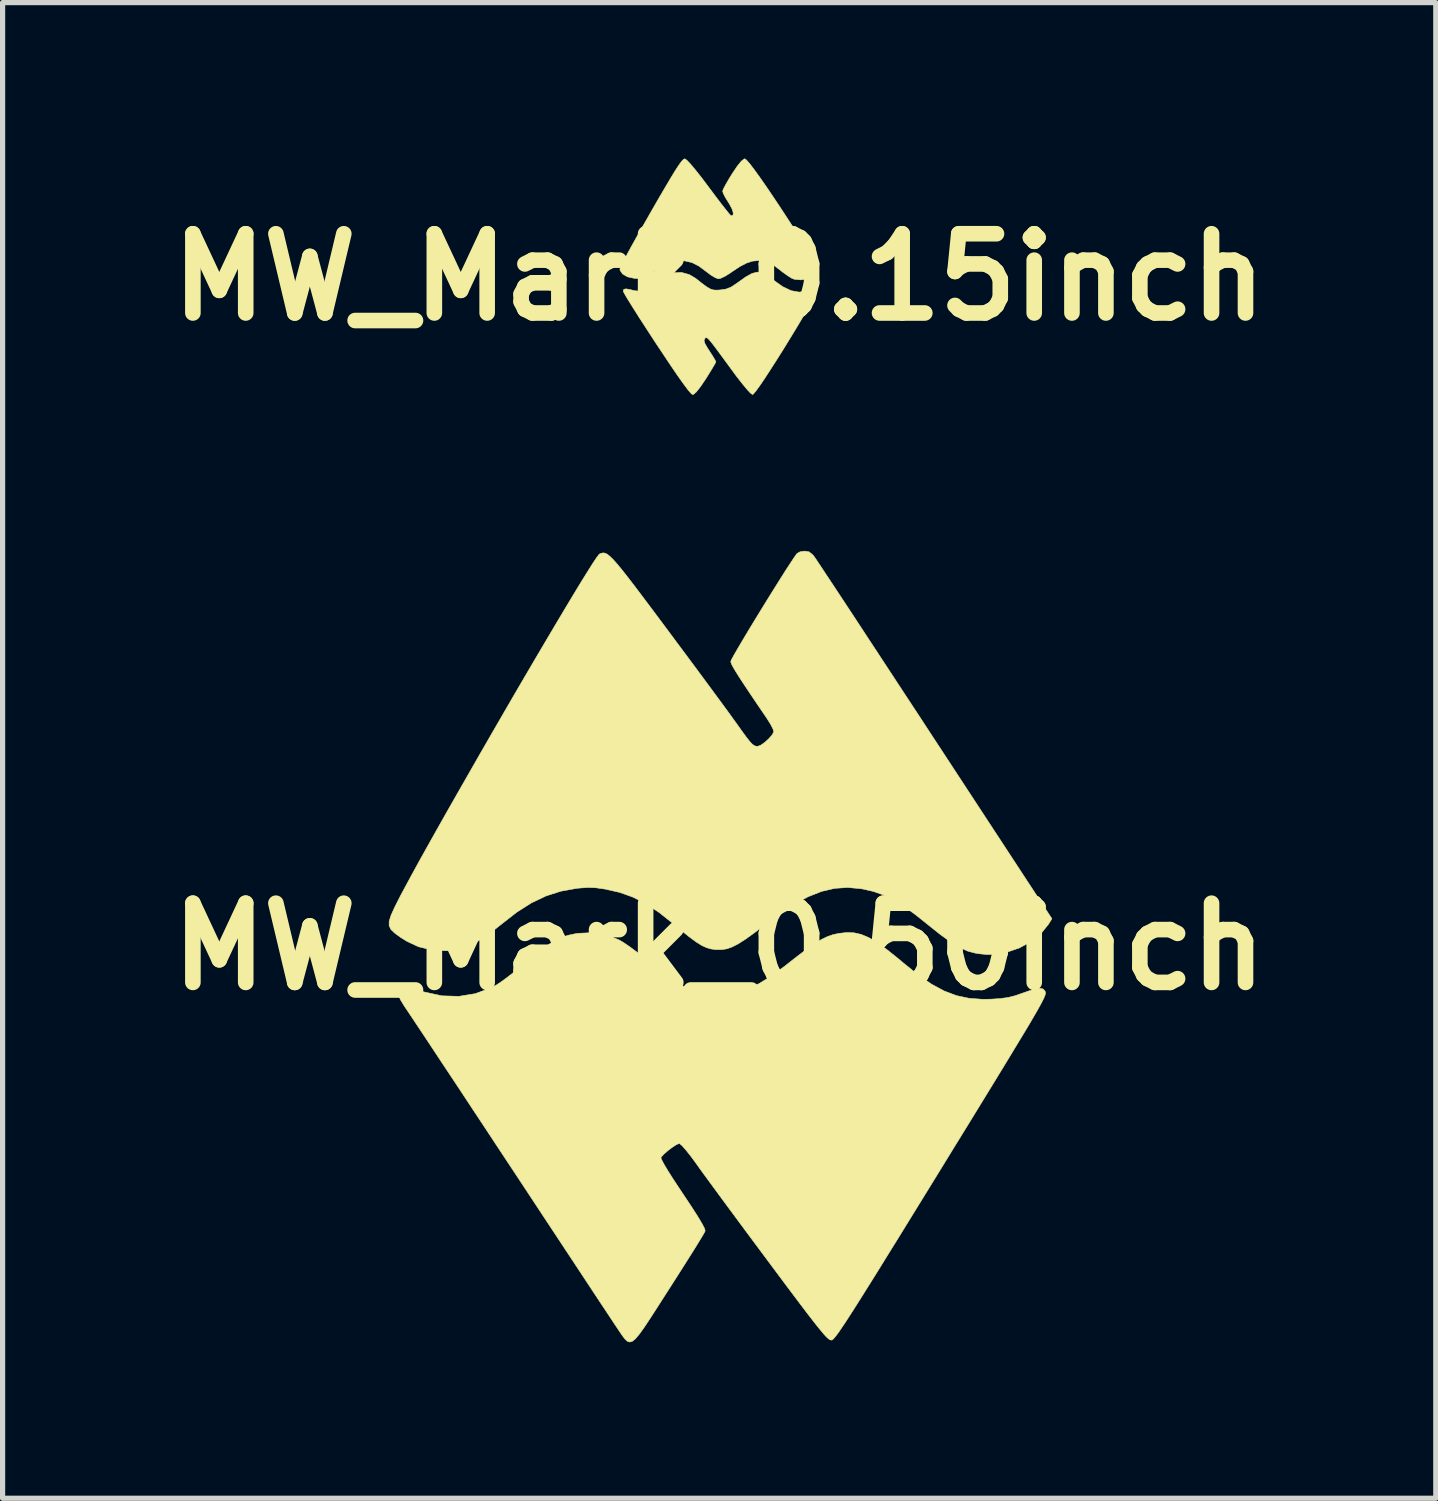
<source format=kicad_pcb>
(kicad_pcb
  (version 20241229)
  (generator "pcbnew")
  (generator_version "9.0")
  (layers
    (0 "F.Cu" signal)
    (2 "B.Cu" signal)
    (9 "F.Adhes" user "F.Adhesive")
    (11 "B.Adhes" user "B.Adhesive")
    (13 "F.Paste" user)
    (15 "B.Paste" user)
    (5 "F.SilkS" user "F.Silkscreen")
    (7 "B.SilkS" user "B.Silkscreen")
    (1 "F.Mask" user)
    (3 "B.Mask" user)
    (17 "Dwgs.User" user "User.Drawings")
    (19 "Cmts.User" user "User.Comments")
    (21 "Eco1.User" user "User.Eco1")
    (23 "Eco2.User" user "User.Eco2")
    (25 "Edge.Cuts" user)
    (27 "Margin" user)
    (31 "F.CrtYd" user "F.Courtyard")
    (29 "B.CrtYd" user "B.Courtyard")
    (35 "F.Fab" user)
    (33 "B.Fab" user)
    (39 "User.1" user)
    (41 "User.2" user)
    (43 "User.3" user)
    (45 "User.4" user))
  (footprint "MW_Mark_0.15inch"
    (layer "F.Cu")
    (at 10.784 2.281)
    (property "Reference" "MW_Mark_0.15inch" (at 0 0 0) (layer "F.SilkS") (effects (font (size 1.524 1.524) (thickness 0.3))))
    (attr through_hole)
    (fp_poly (pts (xy 0.832 -0.082) (xy 0.935 -0.026) (xy 1.036 0.051) (xy 1.219 0.182) (xy 1.383 0.26) (xy 1.538 0.288) (xy 1.696 0.267) (xy 1.748 0.251) (xy 1.842 0.232) (xy 1.883 0.247) (xy 1.875 0.281) (xy 1.838 0.362) (xy 1.774 0.481) (xy 1.689 0.632) (xy 1.587 0.806) (xy 1.473 0.997) (xy 1.351 1.197) (xy 1.226 1.4) (xy 1.102 1.597) (xy 0.984 1.781) (xy 0.877 1.946) (xy 0.784 2.083) (xy 0.71 2.185) (xy 0.66 2.245) (xy 0.642 2.259) (xy 0.605 2.233) (xy 0.538 2.162) (xy 0.446 2.051) (xy 0.334 1.908) (xy 0.247 1.789) (xy 0.1 1.589) (xy -0.014 1.434) (xy -0.099 1.32) (xy -0.161 1.241) (xy -0.204 1.192) (xy -0.233 1.168) (xy -0.252 1.162) (xy -0.266 1.17) (xy -0.278 1.184) (xy -0.291 1.22) (xy -0.276 1.274) (xy -0.228 1.359) (xy -0.19 1.418) (xy -0.128 1.514) (xy -0.083 1.589) (xy -0.064 1.628) (xy -0.064 1.629) (xy -0.08 1.663) (xy -0.124 1.739) (xy -0.189 1.845) (xy -0.258 1.956) (xy -0.36 2.107) (xy -0.44 2.208) (xy -0.496 2.256) (xy -0.509 2.26) (xy -0.541 2.237) (xy -0.601 2.167) (xy -0.69 2.048) (xy -0.809 1.88) (xy -0.958 1.66) (xy -1.139 1.388) (xy -1.206 1.288) (xy -1.352 1.064) (xy -1.487 0.856) (xy -1.606 0.67) (xy -1.705 0.512) (xy -1.781 0.389) (xy -1.829 0.305) (xy -1.846 0.269) (xy -1.846 0.269) (xy -1.835 0.235) (xy -1.793 0.225) (xy -1.71 0.24) (xy -1.646 0.257) (xy -1.53 0.273) (xy -1.414 0.252) (xy -1.285 0.19) (xy -1.13 0.081) (xy -1.124 0.076) (xy -1.023 0.003) (xy -0.931 -0.055) (xy -0.868 -0.084) (xy -0.867 -0.085) (xy -0.725 -0.091) (xy -0.575 -0.049) (xy -0.455 0.022) (xy -0.327 0.123) (xy -0.236 0.19) (xy -0.167 0.229) (xy -0.107 0.247) (xy -0.044 0.25) (xy 0.022 0.246) (xy 0.134 0.229) (xy 0.232 0.189) (xy 0.344 0.115) (xy 0.356 0.106) (xy 0.511 -0.004) (xy 0.633 -0.072) (xy 0.736 -0.097) (xy 0.832 -0.082)) (stroke (width 0.01) (type solid)) (fill yes) (layer "F.SilkS"))
    (fp_poly (pts (xy 0.528 -2.25) (xy 0.591 -2.177) (xy 0.677 -2.064) (xy 0.783 -1.917) (xy 0.903 -1.745) (xy 1.033 -1.553) (xy 1.169 -1.349) (xy 1.306 -1.14) (xy 1.44 -0.933) (xy 1.565 -0.735) (xy 1.677 -0.553) (xy 1.772 -0.394) (xy 1.845 -0.264) (xy 1.891 -0.172) (xy 1.906 -0.123) (xy 1.905 -0.119) (xy 1.827 -0.033) (xy 1.709 0.027) (xy 1.575 0.053) (xy 1.446 0.041) (xy 1.392 0.019) (xy 1.315 -0.03) (xy 1.218 -0.099) (xy 1.169 -0.138) (xy 1.049 -0.229) (xy 0.954 -0.284) (xy 0.865 -0.311) (xy 0.76 -0.318) (xy 0.749 -0.318) (xy 0.639 -0.308) (xy 0.526 -0.271) (xy 0.397 -0.204) (xy 0.239 -0.099) (xy 0.211 -0.079) (xy 0.116 -0.019) (xy 0.031 0.021) (xy -0.012 0.032) (xy -0.072 0.012) (xy -0.158 -0.039) (xy -0.239 -0.1) (xy -0.389 -0.212) (xy -0.522 -0.28) (xy -0.659 -0.312) (xy -0.771 -0.318) (xy -0.851 -0.315) (xy -0.921 -0.303) (xy -0.994 -0.276) (xy -1.082 -0.228) (xy -1.199 -0.154) (xy -1.324 -0.069) (xy -1.424 -0.008) (xy -1.502 0.021) (xy -1.588 0.026) (xy -1.632 0.023) (xy -1.761 -0.005) (xy -1.856 -0.059) (xy -1.906 -0.129) (xy -1.91 -0.157) (xy -1.894 -0.198) (xy -1.851 -0.286) (xy -1.785 -0.413) (xy -1.699 -0.572) (xy -1.598 -0.753) (xy -1.501 -0.924) (xy -1.322 -1.238) (xy -1.171 -1.501) (xy -1.045 -1.716) (xy -0.943 -1.889) (xy -0.861 -2.024) (xy -0.796 -2.125) (xy -0.747 -2.196) (xy -0.71 -2.242) (xy -0.683 -2.267) (xy -0.662 -2.276) (xy -0.66 -2.276) (xy -0.623 -2.25) (xy -0.554 -2.178) (xy -0.457 -2.062) (xy -0.336 -1.909) (xy -0.205 -1.735) (xy -0.084 -1.573) (xy 0.024 -1.43) (xy 0.116 -1.313) (xy 0.183 -1.229) (xy 0.221 -1.187) (xy 0.225 -1.183) (xy 0.264 -1.188) (xy 0.271 -1.235) (xy 0.247 -1.313) (xy 0.194 -1.412) (xy 0.178 -1.437) (xy 0.118 -1.533) (xy 0.078 -1.613) (xy 0.066 -1.655) (xy 0.083 -1.7) (xy 0.128 -1.785) (xy 0.193 -1.897) (xy 0.25 -1.989) (xy 0.35 -2.138) (xy 0.426 -2.231) (xy 0.48 -2.273) (xy 0.494 -2.276) (xy 0.528 -2.25)) (stroke (width 0.01) (type solid)) (fill yes) (layer "F.SilkS")))
  (footprint "MW_Mark_0.50inch"
    (layer "F.Cu")
    (at 10.784 15.158)
    (property "Reference" "MW_Mark_0.50inch" (at 0 0 0) (layer "F.SilkS") (effects (font (size 1.524 1.524) (thickness 0.3))))
    (attr through_hole)
    (fp_poly (pts (xy 1.728 -7.593) (xy 1.798 -7.538) (xy 1.826 -7.504) (xy 1.853 -7.465) (xy 1.912 -7.376) (xy 2.002 -7.24) (xy 2.121 -7.061) (xy 2.266 -6.841) (xy 2.435 -6.585) (xy 2.626 -6.295) (xy 2.836 -5.974) (xy 3.064 -5.627) (xy 3.308 -5.255) (xy 3.565 -4.863) (xy 3.834 -4.454) (xy 4.111 -4.03) (xy 4.152 -3.968) (xy 6.4 -0.536) (xy 6.335 -0.431) (xy 6.191 -0.252) (xy 5.999 -0.097) (xy 5.773 0.027) (xy 5.527 0.11) (xy 5.461 0.124) (xy 5.297 0.149) (xy 5.154 0.153) (xy 4.999 0.138) (xy 4.928 0.126) (xy 4.786 0.089) (xy 4.63 0.018) (xy 4.454 -0.088) (xy 4.249 -0.235) (xy 4.029 -0.411) (xy 3.774 -0.615) (xy 3.55 -0.777) (xy 3.348 -0.901) (xy 3.158 -0.994) (xy 2.968 -1.06) (xy 2.769 -1.106) (xy 2.721 -1.114) (xy 2.47 -1.137) (xy 2.222 -1.12) (xy 1.971 -1.062) (xy 1.71 -0.959) (xy 1.434 -0.81) (xy 1.134 -0.611) (xy 0.891 -0.43) (xy 0.681 -0.268) (xy 0.51 -0.145) (xy 0.369 -0.055) (xy 0.251 0.006) (xy 0.147 0.043) (xy 0.049 0.058) (xy -0.053 0.058) (xy -0.061 0.058) (xy -0.155 0.046) (xy -0.245 0.02) (xy -0.34 -0.024) (xy -0.449 -0.093) (xy -0.581 -0.191) (xy -0.745 -0.323) (xy -0.88 -0.437) (xy -1.153 -0.654) (xy -1.407 -0.823) (xy -1.656 -0.95) (xy -1.913 -1.042) (xy -2.191 -1.105) (xy -2.195 -1.106) (xy -2.371 -1.131) (xy -2.525 -1.137) (xy -2.694 -1.125) (xy -2.743 -1.12) (xy -3.046 -1.065) (xy -3.331 -0.974) (xy -3.609 -0.842) (xy -3.891 -0.663) (xy -4.186 -0.433) (xy -4.331 -0.318) (xy -4.492 -0.203) (xy -4.645 -0.104) (xy -4.727 -0.056) (xy -4.852 0.009) (xy -4.946 0.049) (xy -5.032 0.07) (xy -5.134 0.078) (xy -5.268 0.08) (xy -5.543 0.061) (xy -5.784 0.003) (xy -6.009 -0.102) (xy -6.127 -0.176) (xy -6.24 -0.258) (xy -6.314 -0.329) (xy -6.349 -0.402) (xy -6.348 -0.489) (xy -6.312 -0.603) (xy -6.243 -0.755) (xy -6.21 -0.821) (xy -6.133 -0.973) (xy -6.03 -1.165) (xy -5.905 -1.396) (xy -5.761 -1.659) (xy -5.598 -1.951) (xy -5.42 -2.268) (xy -5.229 -2.606) (xy -5.027 -2.96) (xy -4.817 -3.327) (xy -4.602 -3.703) (xy -4.383 -4.083) (xy -4.163 -4.463) (xy -3.945 -4.839) (xy -3.73 -5.207) (xy -3.521 -5.563) (xy -3.321 -5.902) (xy -3.132 -6.221) (xy -2.956 -6.516) (xy -2.796 -6.782) (xy -2.654 -7.016) (xy -2.532 -7.212) (xy -2.434 -7.368) (xy -2.36 -7.479) (xy -2.314 -7.54) (xy -2.302 -7.552) (xy -2.267 -7.566) (xy -2.233 -7.573) (xy -2.197 -7.568) (xy -2.156 -7.549) (xy -2.106 -7.51) (xy -2.044 -7.45) (xy -1.967 -7.364) (xy -1.871 -7.248) (xy -1.754 -7.099) (xy -1.611 -6.913) (xy -1.44 -6.686) (xy -1.237 -6.416) (xy -1.027 -6.134) (xy -0.819 -5.854) (xy -0.613 -5.578) (xy -0.415 -5.311) (xy -0.229 -5.059) (xy -0.06 -4.83) (xy 0.087 -4.63) (xy 0.207 -4.466) (xy 0.295 -4.343) (xy 0.319 -4.311) (xy 0.436 -4.146) (xy 0.524 -4.026) (xy 0.589 -3.944) (xy 0.637 -3.893) (xy 0.675 -3.865) (xy 0.71 -3.854) (xy 0.74 -3.852) (xy 0.8 -3.874) (xy 0.878 -3.929) (xy 0.958 -4.002) (xy 1.021 -4.075) (xy 1.05 -4.133) (xy 1.05 -4.138) (xy 1.033 -4.19) (xy 0.988 -4.277) (xy 0.924 -4.38) (xy 0.913 -4.397) (xy 0.732 -4.663) (xy 0.585 -4.881) (xy 0.468 -5.057) (xy 0.378 -5.195) (xy 0.312 -5.301) (xy 0.266 -5.379) (xy 0.238 -5.433) (xy 0.225 -5.47) (xy 0.223 -5.487) (xy 0.239 -5.524) (xy 0.285 -5.608) (xy 0.356 -5.731) (xy 0.447 -5.886) (xy 0.554 -6.065) (xy 0.673 -6.261) (xy 0.799 -6.467) (xy 0.927 -6.675) (xy 1.053 -6.877) (xy 1.172 -7.067) (xy 1.28 -7.238) (xy 1.373 -7.38) (xy 1.445 -7.489) (xy 1.492 -7.555) (xy 1.498 -7.562) (xy 1.554 -7.593) (xy 1.638 -7.607) (xy 1.642 -7.607) (xy 1.728 -7.593)) (stroke (width 0.01) (type solid)) (fill yes) (layer "F.SilkS"))
    (fp_poly (pts (xy 2.596 -0.265) (xy 2.732 -0.234) (xy 2.875 -0.174) (xy 3.034 -0.081) (xy 3.215 0.049) (xy 3.428 0.219) (xy 3.556 0.326) (xy 3.835 0.551) (xy 4.09 0.726) (xy 4.33 0.855) (xy 4.567 0.944) (xy 4.809 0.995) (xy 5.067 1.014) (xy 5.218 1.012) (xy 5.407 1) (xy 5.558 0.979) (xy 5.696 0.944) (xy 5.793 0.91) (xy 5.965 0.85) (xy 6.089 0.814) (xy 6.173 0.803) (xy 6.228 0.815) (xy 6.263 0.849) (xy 6.273 0.869) (xy 6.277 0.884) (xy 6.276 0.904) (xy 6.268 0.934) (xy 6.252 0.975) (xy 6.226 1.03) (xy 6.188 1.103) (xy 6.137 1.196) (xy 6.07 1.312) (xy 5.987 1.455) (xy 5.885 1.626) (xy 5.762 1.829) (xy 5.618 2.067) (xy 5.45 2.343) (xy 5.257 2.659) (xy 5.037 3.018) (xy 4.788 3.424) (xy 4.508 3.878) (xy 4.277 4.255) (xy 3.97 4.753) (xy 3.695 5.199) (xy 3.45 5.597) (xy 3.232 5.948) (xy 3.041 6.257) (xy 2.874 6.524) (xy 2.73 6.754) (xy 2.607 6.948) (xy 2.503 7.11) (xy 2.417 7.243) (xy 2.346 7.348) (xy 2.29 7.43) (xy 2.245 7.489) (xy 2.212 7.53) (xy 2.187 7.556) (xy 2.169 7.567) (xy 2.162 7.569) (xy 2.142 7.567) (xy 2.117 7.555) (xy 2.084 7.529) (xy 2.04 7.485) (xy 1.983 7.419) (xy 1.908 7.328) (xy 1.813 7.208) (xy 1.694 7.054) (xy 1.55 6.864) (xy 1.376 6.633) (xy 1.17 6.357) (xy 0.982 6.105) (xy 0.77 5.82) (xy 0.56 5.538) (xy 0.358 5.265) (xy 0.167 5.007) (xy -0.006 4.772) (xy -0.158 4.565) (xy -0.284 4.393) (xy -0.379 4.262) (xy -0.416 4.209) (xy -0.533 4.049) (xy -0.633 3.922) (xy -0.71 3.834) (xy -0.759 3.791) (xy -0.768 3.788) (xy -0.819 3.807) (xy -0.898 3.858) (xy -0.986 3.924) (xy -1.065 3.993) (xy -1.116 4.05) (xy -1.121 4.057) (xy -1.11 4.095) (xy -1.066 4.179) (xy -0.991 4.305) (xy -0.889 4.467) (xy -0.762 4.659) (xy -0.697 4.757) (xy -0.536 4.999) (xy -0.413 5.19) (xy -0.328 5.333) (xy -0.28 5.426) (xy -0.27 5.47) (xy -0.289 5.508) (xy -0.33 5.578) (xy -0.395 5.685) (xy -0.485 5.831) (xy -0.603 6.018) (xy -0.75 6.25) (xy -0.928 6.529) (xy -1.139 6.858) (xy -1.17 6.907) (xy -1.319 7.138) (xy -1.438 7.318) (xy -1.533 7.451) (xy -1.609 7.542) (xy -1.671 7.593) (xy -1.723 7.607) (xy -1.771 7.589) (xy -1.819 7.542) (xy -1.873 7.469) (xy -1.902 7.426) (xy -1.936 7.375) (xy -2.003 7.275) (xy -2.1 7.128) (xy -2.225 6.94) (xy -2.375 6.713) (xy -2.548 6.451) (xy -2.741 6.158) (xy -2.953 5.837) (xy -3.18 5.493) (xy -3.421 5.128) (xy -3.672 4.747) (xy -3.932 4.353) (xy -3.976 4.287) (xy -4.237 3.892) (xy -4.49 3.508) (xy -4.733 3.141) (xy -4.962 2.793) (xy -5.177 2.469) (xy -5.374 2.172) (xy -5.55 1.905) (xy -5.704 1.673) (xy -5.833 1.479) (xy -5.935 1.326) (xy -6.007 1.218) (xy -6.047 1.159) (xy -6.05 1.155) (xy -6.135 1.016) (xy -6.171 0.91) (xy -6.158 0.832) (xy -6.127 0.796) (xy -6.102 0.778) (xy -6.071 0.771) (xy -6.023 0.774) (xy -5.948 0.791) (xy -5.834 0.824) (xy -5.671 0.874) (xy -5.666 0.875) (xy -5.334 0.947) (xy -5.008 0.957) (xy -4.693 0.906) (xy -4.393 0.795) (xy -4.281 0.736) (xy -4.197 0.68) (xy -4.079 0.594) (xy -3.942 0.488) (xy -3.8 0.373) (xy -3.772 0.349) (xy -3.567 0.18) (xy -3.399 0.048) (xy -3.259 -0.053) (xy -3.137 -0.126) (xy -3.023 -0.179) (xy -2.908 -0.217) (xy -2.782 -0.244) (xy -2.717 -0.255) (xy -2.438 -0.268) (xy -2.16 -0.22) (xy -1.926 -0.128) (xy -1.834 -0.074) (xy -1.708 0.013) (xy -1.562 0.122) (xy -1.409 0.243) (xy -1.337 0.303) (xy -1.073 0.514) (xy -0.843 0.675) (xy -0.678 0.769) (xy -0.544 0.834) (xy -0.437 0.874) (xy -0.332 0.897) (xy -0.203 0.911) (xy -0.119 0.916) (xy 0.115 0.914) (xy 0.335 0.882) (xy 0.551 0.815) (xy 0.774 0.708) (xy 1.014 0.559) (xy 1.279 0.363) (xy 1.308 0.339) (xy 1.526 0.169) (xy 1.703 0.036) (xy 1.849 -0.065) (xy 1.973 -0.14) (xy 2.082 -0.192) (xy 2.185 -0.228) (xy 2.291 -0.252) (xy 2.312 -0.255) (xy 2.459 -0.271) (xy 2.596 -0.265)) (stroke (width 0.01) (type solid)) (fill yes) (layer "F.SilkS")))
  (gr_rect
    (start -3 -3)
    (end 24.568 25.77)
    (stroke (width 0.1) (type default))
    (fill no)
    (layer "Edge.Cuts")))
</source>
